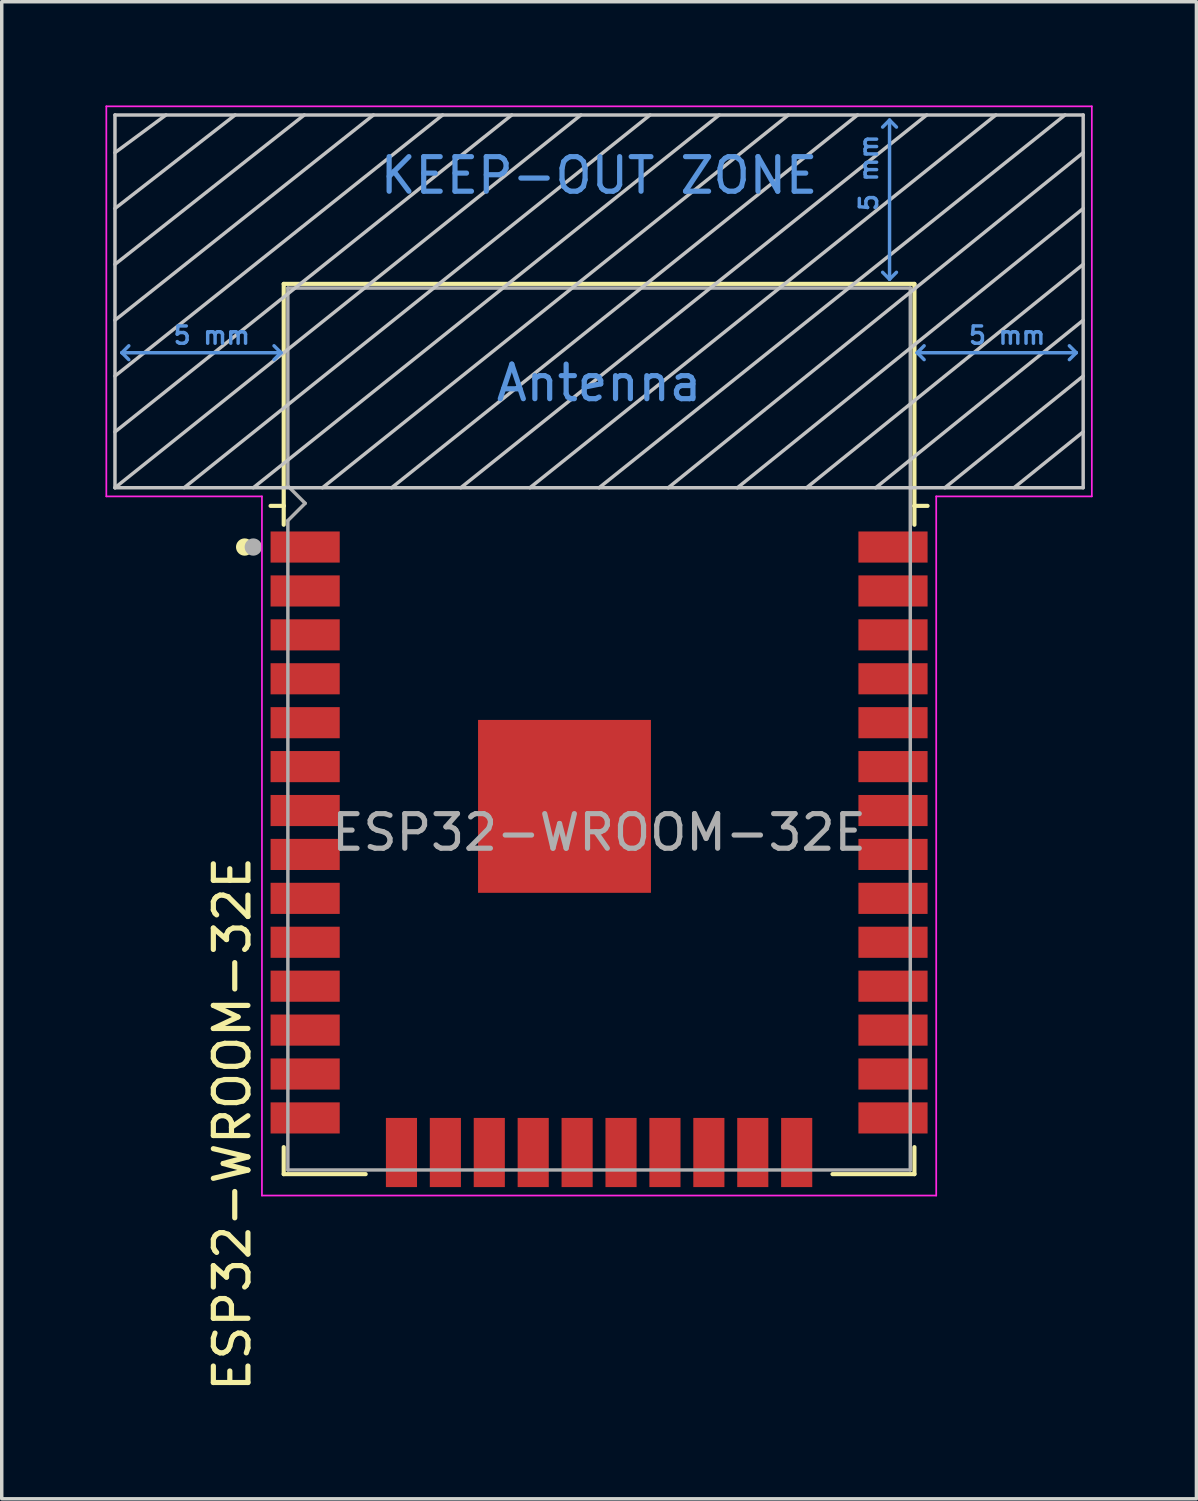
<source format=kicad_pcb>
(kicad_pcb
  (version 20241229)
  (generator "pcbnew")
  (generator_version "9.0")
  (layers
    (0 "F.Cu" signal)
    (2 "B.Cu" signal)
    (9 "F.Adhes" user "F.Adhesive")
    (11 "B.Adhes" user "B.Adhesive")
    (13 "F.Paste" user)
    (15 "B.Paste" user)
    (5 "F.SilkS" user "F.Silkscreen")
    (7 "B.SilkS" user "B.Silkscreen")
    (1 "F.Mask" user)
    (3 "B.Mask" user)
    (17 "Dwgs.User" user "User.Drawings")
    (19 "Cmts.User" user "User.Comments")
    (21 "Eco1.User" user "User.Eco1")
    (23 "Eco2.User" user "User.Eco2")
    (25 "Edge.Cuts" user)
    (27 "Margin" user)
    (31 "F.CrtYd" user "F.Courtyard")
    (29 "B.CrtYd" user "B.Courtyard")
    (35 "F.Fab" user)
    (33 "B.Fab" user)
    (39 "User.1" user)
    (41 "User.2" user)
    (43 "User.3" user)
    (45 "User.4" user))
  (footprint "ESP32-WROOM-32E"
    (layer "F.Cu")
    (at 14.275 21.025)
    (property "Reference" "ESP32-WROOM-32E" (at -10.61 8.43 90) (layer "F.SilkS") (effects (font (size 1 1) (thickness 0.15))))
    (attr smd)
    (fp_line (start -9.12 -15.865) (end -9.12 -9.445) (stroke (width 0.12) (type solid)) (layer "F.SilkS"))
    (fp_line (start -9.12 -15.865) (end 9.12 -15.865) (stroke (width 0.12) (type solid)) (layer "F.SilkS"))
    (fp_line (start -9.12 -9.445) (end -9.5 -9.445) (stroke (width 0.12) (type solid)) (layer "F.SilkS"))
    (fp_line (start -9.12 -9.445) (end -9.12 -8.9) (stroke (width 0.12) (type solid)) (layer "F.SilkS"))
    (fp_line (start -9.12 9.1) (end -9.12 9.88) (stroke (width 0.12) (type solid)) (layer "F.SilkS"))
    (fp_line (start -9.12 9.88) (end -6.75 9.88) (stroke (width 0.12) (type solid)) (layer "F.SilkS"))
    (fp_line (start 9.12 -15.865) (end 9.12 -9.445) (stroke (width 0.12) (type solid)) (layer "F.SilkS"))
    (fp_line (start 9.12 -9.445) (end 9.12 -8.9) (stroke (width 0.12) (type solid)) (layer "F.SilkS"))
    (fp_line (start 9.12 -9.445) (end 9.5 -9.445) (stroke (width 0.12) (type solid)) (layer "F.SilkS"))
    (fp_line (start 9.12 9.1) (end 9.12 9.88) (stroke (width 0.12) (type solid)) (layer "F.SilkS"))
    (fp_line (start 9.12 9.88) (end 6.75 9.88) (stroke (width 0.12) (type solid)) (layer "F.SilkS"))
    (fp_circle (center -10.25 -8.255) (end -10.125 -8.255) (stroke (width 0.25) (type solid)) (fill no) (layer "F.SilkS"))
    (fp_line (start -14 -9.97) (end -14 -20.75) (stroke (width 0.1) (type solid)) (layer "Dwgs.User"))
    (fp_line (start -12.525 -20.75) (end -14 -19.66) (stroke (width 0.1) (type solid)) (layer "Dwgs.User"))
    (fp_line (start -10.525 -20.75) (end -14 -18.045) (stroke (width 0.1) (type solid)) (layer "Dwgs.User"))
    (fp_line (start -8.525 -20.75) (end -14 -16.43) (stroke (width 0.1) (type solid)) (layer "Dwgs.User"))
    (fp_line (start -8 -9.97) (end 5.475 -20.75) (stroke (width 0.1) (type solid)) (layer "Dwgs.User"))
    (fp_line (start -6.525 -20.75) (end -14 -14.815) (stroke (width 0.1) (type solid)) (layer "Dwgs.User"))
    (fp_line (start -4.525 -20.75) (end -14 -13.2) (stroke (width 0.1) (type solid)) (layer "Dwgs.User"))
    (fp_line (start -2.525 -20.75) (end -14 -11.585) (stroke (width 0.1) (type solid)) (layer "Dwgs.User"))
    (fp_line (start -0.525 -20.75) (end -14 -9.97) (stroke (width 0.1) (type solid)) (layer "Dwgs.User"))
    (fp_line (start 1.475 -20.75) (end -12 -9.97) (stroke (width 0.1) (type solid)) (layer "Dwgs.User"))
    (fp_line (start 3.475 -20.75) (end -10 -9.97) (stroke (width 0.1) (type solid)) (layer "Dwgs.User"))
    (fp_line (start 7.475 -20.75) (end -6 -9.97) (stroke (width 0.1) (type solid)) (layer "Dwgs.User"))
    (fp_line (start 9.475 -20.75) (end -4 -9.97) (stroke (width 0.1) (type solid)) (layer "Dwgs.User"))
    (fp_line (start 11.475 -20.75) (end -2 -9.97) (stroke (width 0.1) (type solid)) (layer "Dwgs.User"))
    (fp_line (start 13.475 -20.75) (end 0 -9.97) (stroke (width 0.1) (type solid)) (layer "Dwgs.User"))
    (fp_line (start 14 -20.75) (end -14 -20.75) (stroke (width 0.1) (type solid)) (layer "Dwgs.User"))
    (fp_line (start 14 -19.66) (end 2 -9.97) (stroke (width 0.1) (type solid)) (layer "Dwgs.User"))
    (fp_line (start 14 -18.045) (end 4 -9.97) (stroke (width 0.1) (type solid)) (layer "Dwgs.User"))
    (fp_line (start 14 -16.43) (end 6 -9.97) (stroke (width 0.1) (type solid)) (layer "Dwgs.User"))
    (fp_line (start 14 -14.815) (end 8 -9.97) (stroke (width 0.1) (type solid)) (layer "Dwgs.User"))
    (fp_line (start 14 -13.2) (end 10 -9.97) (stroke (width 0.1) (type solid)) (layer "Dwgs.User"))
    (fp_line (start 14 -11.585) (end 12 -9.97) (stroke (width 0.1) (type solid)) (layer "Dwgs.User"))
    (fp_line (start 14 -9.97) (end -14 -9.97) (stroke (width 0.1) (type solid)) (layer "Dwgs.User"))
    (fp_line (start 14 -9.97) (end 14 -20.75) (stroke (width 0.1) (type solid)) (layer "Dwgs.User"))
    (fp_line (start -13.8 -13.875) (end -13.6 -14.075) (stroke (width 0.1) (type solid)) (layer "Cmts.User"))
    (fp_line (start -13.8 -13.875) (end -13.6 -13.675) (stroke (width 0.1) (type solid)) (layer "Cmts.User"))
    (fp_line (start -13.8 -13.875) (end -9.2 -13.875) (stroke (width 0.1) (type solid)) (layer "Cmts.User"))
    (fp_line (start -9.2 -13.875) (end -9.4 -14.075) (stroke (width 0.1) (type solid)) (layer "Cmts.User"))
    (fp_line (start -9.2 -13.875) (end -9.4 -13.675) (stroke (width 0.1) (type solid)) (layer "Cmts.User"))
    (fp_line (start 8.4 -20.6) (end 8.2 -20.4) (stroke (width 0.1) (type solid)) (layer "Cmts.User"))
    (fp_line (start 8.4 -20.6) (end 8.6 -20.4) (stroke (width 0.1) (type solid)) (layer "Cmts.User"))
    (fp_line (start 8.4 -16) (end 8.2 -16.2) (stroke (width 0.1) (type solid)) (layer "Cmts.User"))
    (fp_line (start 8.4 -16) (end 8.4 -20.6) (stroke (width 0.1) (type solid)) (layer "Cmts.User"))
    (fp_line (start 8.4 -16) (end 8.6 -16.2) (stroke (width 0.1) (type solid)) (layer "Cmts.User"))
    (fp_line (start 9.2 -13.875) (end 9.4 -14.075) (stroke (width 0.1) (type solid)) (layer "Cmts.User"))
    (fp_line (start 9.2 -13.875) (end 9.4 -13.675) (stroke (width 0.1) (type solid)) (layer "Cmts.User"))
    (fp_line (start 9.2 -13.875) (end 13.8 -13.875) (stroke (width 0.1) (type solid)) (layer "Cmts.User"))
    (fp_line (start 13.8 -13.875) (end 13.6 -14.075) (stroke (width 0.1) (type solid)) (layer "Cmts.User"))
    (fp_line (start 13.8 -13.875) (end 13.6 -13.675) (stroke (width 0.1) (type solid)) (layer "Cmts.User"))
    (fp_line (start -14.25 -21) (end -14.25 -9.72) (stroke (width 0.05) (type solid)) (layer "F.CrtYd"))
    (fp_line (start -14.25 -21) (end 14.25 -21) (stroke (width 0.05) (type solid)) (layer "F.CrtYd"))
    (fp_line (start -14.25 -9.72) (end -9.75 -9.72) (stroke (width 0.05) (type solid)) (layer "F.CrtYd"))
    (fp_line (start -9.75 10.5) (end -9.75 -9.72) (stroke (width 0.05) (type solid)) (layer "F.CrtYd"))
    (fp_line (start -9.75 10.5) (end 9.75 10.5) (stroke (width 0.05) (type solid)) (layer "F.CrtYd"))
    (fp_line (start 9.75 -9.72) (end 9.75 10.5) (stroke (width 0.05) (type solid)) (layer "F.CrtYd"))
    (fp_line (start 9.75 -9.72) (end 14.25 -9.72) (stroke (width 0.05) (type solid)) (layer "F.CrtYd"))
    (fp_line (start 14.25 -21) (end 14.25 -9.72) (stroke (width 0.05) (type solid)) (layer "F.CrtYd"))
    (fp_line (start -9 -15.745) (end -9 -10.02) (stroke (width 0.1) (type solid)) (layer "F.Fab"))
    (fp_line (start -9 -15.745) (end 9 -15.745) (stroke (width 0.1) (type solid)) (layer "F.Fab"))
    (fp_line (start -9 -9.02) (end -9 9.76) (stroke (width 0.1) (type solid)) (layer "F.Fab"))
    (fp_line (start -9 -9.02) (end -8.5 -9.52) (stroke (width 0.1) (type solid)) (layer "F.Fab"))
    (fp_line (start -9 9.76) (end 9 9.76) (stroke (width 0.1) (type solid)) (layer "F.Fab"))
    (fp_line (start -8.5 -9.52) (end -9 -10.02) (stroke (width 0.1) (type solid)) (layer "F.Fab"))
    (fp_line (start 9 9.76) (end 9 -15.745) (stroke (width 0.1) (type solid)) (layer "F.Fab"))
    (fp_circle (center -10 -8.255) (end -9.875 -8.255) (stroke (width 0.25) (type solid)) (fill no) (layer "F.Fab"))
    (fp_text user "Antenna" (at 0 -13 0) (layer "Cmts.User") (effects (font (size 1 1) (thickness 0.15))))
    (fp_text user "KEEP-OUT ZONE" (at 0 -19 0) (layer "Cmts.User") (effects (font (size 1 1) (thickness 0.15))))
    (fp_text user "5 mm" (at -11.2 -14.375 0) (layer "Cmts.User") (effects (font (size 0.5 0.5) (thickness 0.1))))
    (fp_text user "5 mm" (at 11.8 -14.375 0) (layer "Cmts.User") (effects (font (size 0.5 0.5) (thickness 0.1))))
    (fp_text user "5 mm" (at 7.8 -19.075 90) (layer "Cmts.User") (effects (font (size 0.5 0.5) (thickness 0.1))))
    (fp_text user "${REFERENCE}" (at 0 0 0) (layer "F.Fab") (effects (font (size 1 1) (thickness 0.15))))
    (pad "1" smd rect (at -8.5 -8.255) (size 2 0.9) (layers "F.Cu" "F.Mask" "F.Paste"))
    (pad "2" smd rect (at -8.5 -6.985) (size 2 0.9) (layers "F.Cu" "F.Mask" "F.Paste"))
    (pad "3" smd rect (at -8.5 -5.715) (size 2 0.9) (layers "F.Cu" "F.Mask" "F.Paste"))
    (pad "4" smd rect (at -8.5 -4.445) (size 2 0.9) (layers "F.Cu" "F.Mask" "F.Paste"))
    (pad "5" smd rect (at -8.5 -3.175) (size 2 0.9) (layers "F.Cu" "F.Mask" "F.Paste"))
    (pad "6" smd rect (at -8.5 -1.905) (size 2 0.9) (layers "F.Cu" "F.Mask" "F.Paste"))
    (pad "7" smd rect (at -8.5 -0.635) (size 2 0.9) (layers "F.Cu" "F.Mask" "F.Paste"))
    (pad "8" smd rect (at -8.5 0.635) (size 2 0.9) (layers "F.Cu" "F.Mask" "F.Paste"))
    (pad "9" smd rect (at -8.5 1.905) (size 2 0.9) (layers "F.Cu" "F.Mask" "F.Paste"))
    (pad "10" smd rect (at -8.5 3.175) (size 2 0.9) (layers "F.Cu" "F.Mask" "F.Paste"))
    (pad "11" smd rect (at -8.5 4.445) (size 2 0.9) (layers "F.Cu" "F.Mask" "F.Paste"))
    (pad "12" smd rect (at -8.5 5.715) (size 2 0.9) (layers "F.Cu" "F.Mask" "F.Paste"))
    (pad "13" smd rect (at -8.5 6.985) (size 2 0.9) (layers "F.Cu" "F.Mask" "F.Paste"))
    (pad "14" smd rect (at -8.5 8.255) (size 2 0.9) (layers "F.Cu" "F.Mask" "F.Paste"))
    (pad "15" smd rect (at -5.715 9.255 90) (size 2 0.9) (layers "F.Cu" "F.Mask" "F.Paste"))
    (pad "16" smd rect (at -4.445 9.255 90) (size 2 0.9) (layers "F.Cu" "F.Mask" "F.Paste"))
    (pad "17" smd rect (at -3.175 9.255 90) (size 2 0.9) (layers "F.Cu" "F.Mask" "F.Paste"))
    (pad "18" smd rect (at -1.905 9.255 90) (size 2 0.9) (layers "F.Cu" "F.Mask" "F.Paste"))
    (pad "19" smd rect (at -0.635 9.255 90) (size 2 0.9) (layers "F.Cu" "F.Mask" "F.Paste"))
    (pad "20" smd rect (at 0.635 9.255 90) (size 2 0.9) (layers "F.Cu" "F.Mask" "F.Paste"))
    (pad "21" smd rect (at 1.905 9.255 90) (size 2 0.9) (layers "F.Cu" "F.Mask" "F.Paste"))
    (pad "22" smd rect (at 3.175 9.255 90) (size 2 0.9) (layers "F.Cu" "F.Mask" "F.Paste"))
    (pad "23" smd rect (at 4.445 9.255 90) (size 2 0.9) (layers "F.Cu" "F.Mask" "F.Paste"))
    (pad "24" smd rect (at 5.715 9.255 90) (size 2 0.9) (layers "F.Cu" "F.Mask" "F.Paste"))
    (pad "25" smd rect (at 8.5 8.255) (size 2 0.9) (layers "F.Cu" "F.Mask" "F.Paste"))
    (pad "26" smd rect (at 8.5 6.985) (size 2 0.9) (layers "F.Cu" "F.Mask" "F.Paste"))
    (pad "27" smd rect (at 8.5 5.715) (size 2 0.9) (layers "F.Cu" "F.Mask" "F.Paste"))
    (pad "28" smd rect (at 8.5 4.445) (size 2 0.9) (layers "F.Cu" "F.Mask" "F.Paste"))
    (pad "29" smd rect (at 8.5 3.175) (size 2 0.9) (layers "F.Cu" "F.Mask" "F.Paste"))
    (pad "30" smd rect (at 8.5 1.905) (size 2 0.9) (layers "F.Cu" "F.Mask" "F.Paste"))
    (pad "31" smd rect (at 8.5 0.635) (size 2 0.9) (layers "F.Cu" "F.Mask" "F.Paste"))
    (pad "32" smd rect (at 8.5 -0.635) (size 2 0.9) (layers "F.Cu" "F.Mask" "F.Paste"))
    (pad "33" smd rect (at 8.5 -1.905) (size 2 0.9) (layers "F.Cu" "F.Mask" "F.Paste"))
    (pad "34" smd rect (at 8.5 -3.175) (size 2 0.9) (layers "F.Cu" "F.Mask" "F.Paste"))
    (pad "35" smd rect (at 8.5 -4.445) (size 2 0.9) (layers "F.Cu" "F.Mask" "F.Paste"))
    (pad "36" smd rect (at 8.5 -5.715) (size 2 0.9) (layers "F.Cu" "F.Mask" "F.Paste"))
    (pad "37" smd rect (at 8.5 -6.985) (size 2 0.9) (layers "F.Cu" "F.Mask" "F.Paste"))
    (pad "38" smd rect (at 8.5 -8.255) (size 2 0.9) (layers "F.Cu" "F.Mask" "F.Paste"))
    (pad "39" smd rect (at -1 -0.755) (size 5 5) (layers "F.Cu" "F.Mask" "F.Paste")))
  (gr_rect
    (start -3 -3)
    (end 31.55 40.294)
    (stroke (width 0.1) (type default))
    (fill no)
    (layer "Edge.Cuts")))
</source>
